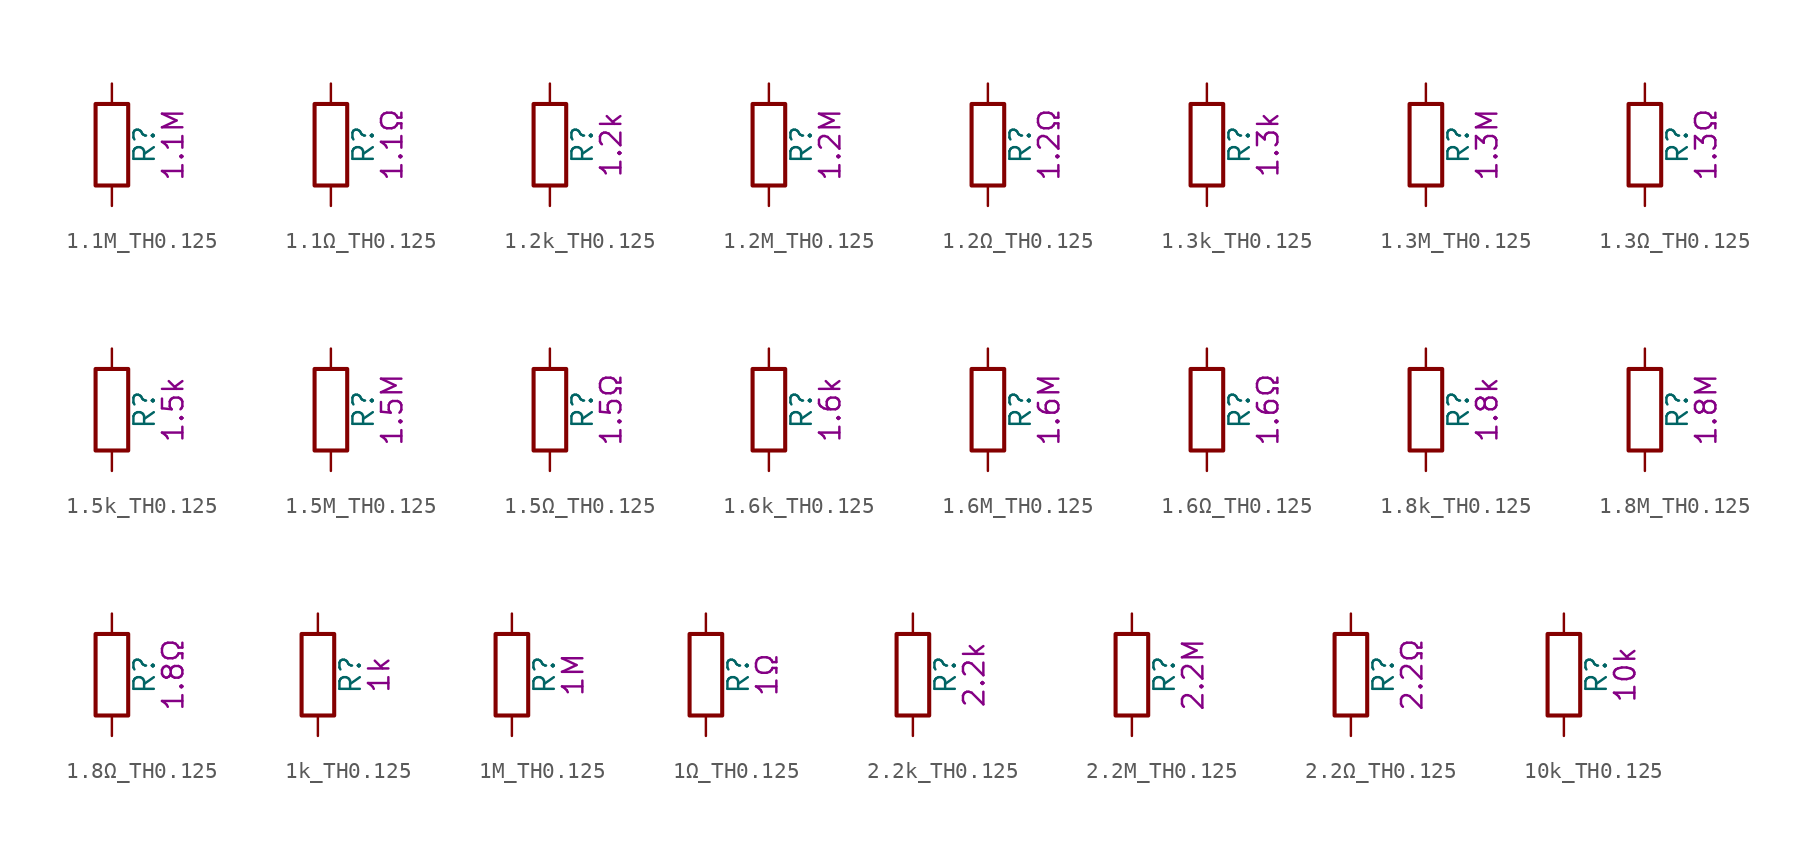
<source format=kicad_sym>
(kicad_symbol_lib
  (version 20211014)
  (generator kicad_symbol_editor)
  (symbol "1.1M_TH0.125"
    (pin_numbers hide)
    (pin_names
      (offset 0))
    (property "Reference" "R"
      (at 2.032 0 90)
      (effects (font (size 1.27 1.27))))
    (property "Display" "1.1M"
      (at 3.81 0 90)
      (effects (font (size 1.27 1.27))))
    (symbol "1.1M_TH0.125_0_1"
      (rectangle (start -1.016 -2.54) (end 1.016 2.54) (stroke (width 0.254) (type default) (color 0 0 0 0)) (fill (type none))))
    (symbol "1.1M_TH0.125_1_1"
      (pin passive line (at 0 3.81 270) (length 1.27) (name "~" (effects (font (size 1.27 1.27)))) (number "1" (effects (font (size 1.27 1.27)))))
      (pin passive line (at 0 -3.81 90) (length 1.27) (name "~" (effects (font (size 1.27 1.27)))) (number "2" (effects (font (size 1.27 1.27)))))))
  (symbol "1.1Ω_TH0.125"
    (pin_numbers hide)
    (pin_names
      (offset 0))
    (property "Reference" "R"
      (at 2.032 0 90)
      (effects (font (size 1.27 1.27))))
    (property "Display" "1.1Ω"
      (at 3.81 0 90)
      (effects (font (size 1.27 1.27))))
    (symbol "1.1Ω_TH0.125_0_1"
      (rectangle (start -1.016 -2.54) (end 1.016 2.54) (stroke (width 0.254) (type default) (color 0 0 0 0)) (fill (type none))))
    (symbol "1.1Ω_TH0.125_1_1"
      (pin passive line (at 0 3.81 270) (length 1.27) (name "~" (effects (font (size 1.27 1.27)))) (number "1" (effects (font (size 1.27 1.27)))))
      (pin passive line (at 0 -3.81 90) (length 1.27) (name "~" (effects (font (size 1.27 1.27)))) (number "2" (effects (font (size 1.27 1.27)))))))
  (symbol "1.2k_TH0.125"
    (pin_numbers hide)
    (pin_names
      (offset 0))
    (property "Reference" "R"
      (at 2.032 0 90)
      (effects (font (size 1.27 1.27))))
    (property "Display" "1.2k"
      (at 3.81 0 90)
      (effects (font (size 1.27 1.27))))
    (symbol "1.2k_TH0.125_0_1"
      (rectangle (start -1.016 -2.54) (end 1.016 2.54) (stroke (width 0.254) (type default) (color 0 0 0 0)) (fill (type none))))
    (symbol "1.2k_TH0.125_1_1"
      (pin passive line (at 0 3.81 270) (length 1.27) (name "~" (effects (font (size 1.27 1.27)))) (number "1" (effects (font (size 1.27 1.27)))))
      (pin passive line (at 0 -3.81 90) (length 1.27) (name "~" (effects (font (size 1.27 1.27)))) (number "2" (effects (font (size 1.27 1.27)))))))
  (symbol "1.2M_TH0.125"
    (pin_numbers hide)
    (pin_names
      (offset 0))
    (property "Reference" "R"
      (at 2.032 0 90)
      (effects (font (size 1.27 1.27))))
    (property "Display" "1.2M"
      (at 3.81 0 90)
      (effects (font (size 1.27 1.27))))
    (symbol "1.2M_TH0.125_0_1"
      (rectangle (start -1.016 -2.54) (end 1.016 2.54) (stroke (width 0.254) (type default) (color 0 0 0 0)) (fill (type none))))
    (symbol "1.2M_TH0.125_1_1"
      (pin passive line (at 0 3.81 270) (length 1.27) (name "~" (effects (font (size 1.27 1.27)))) (number "1" (effects (font (size 1.27 1.27)))))
      (pin passive line (at 0 -3.81 90) (length 1.27) (name "~" (effects (font (size 1.27 1.27)))) (number "2" (effects (font (size 1.27 1.27)))))))
  (symbol "1.2Ω_TH0.125"
    (pin_numbers hide)
    (pin_names
      (offset 0))
    (property "Reference" "R"
      (at 2.032 0 90)
      (effects (font (size 1.27 1.27))))
    (property "Display" "1.2Ω"
      (at 3.81 0 90)
      (effects (font (size 1.27 1.27))))
    (symbol "1.2Ω_TH0.125_0_1"
      (rectangle (start -1.016 -2.54) (end 1.016 2.54) (stroke (width 0.254) (type default) (color 0 0 0 0)) (fill (type none))))
    (symbol "1.2Ω_TH0.125_1_1"
      (pin passive line (at 0 3.81 270) (length 1.27) (name "~" (effects (font (size 1.27 1.27)))) (number "1" (effects (font (size 1.27 1.27)))))
      (pin passive line (at 0 -3.81 90) (length 1.27) (name "~" (effects (font (size 1.27 1.27)))) (number "2" (effects (font (size 1.27 1.27)))))))
  (symbol "1.3k_TH0.125"
    (pin_numbers hide)
    (pin_names
      (offset 0))
    (property "Reference" "R"
      (at 2.032 0 90)
      (effects (font (size 1.27 1.27))))
    (property "Display" "1.3k"
      (at 3.81 0 90)
      (effects (font (size 1.27 1.27))))
    (symbol "1.3k_TH0.125_0_1"
      (rectangle (start -1.016 -2.54) (end 1.016 2.54) (stroke (width 0.254) (type default) (color 0 0 0 0)) (fill (type none))))
    (symbol "1.3k_TH0.125_1_1"
      (pin passive line (at 0 3.81 270) (length 1.27) (name "~" (effects (font (size 1.27 1.27)))) (number "1" (effects (font (size 1.27 1.27)))))
      (pin passive line (at 0 -3.81 90) (length 1.27) (name "~" (effects (font (size 1.27 1.27)))) (number "2" (effects (font (size 1.27 1.27)))))))
  (symbol "1.3M_TH0.125"
    (pin_numbers hide)
    (pin_names
      (offset 0))
    (property "Reference" "R"
      (at 2.032 0 90)
      (effects (font (size 1.27 1.27))))
    (property "Display" "1.3M"
      (at 3.81 0 90)
      (effects (font (size 1.27 1.27))))
    (symbol "1.3M_TH0.125_0_1"
      (rectangle (start -1.016 -2.54) (end 1.016 2.54) (stroke (width 0.254) (type default) (color 0 0 0 0)) (fill (type none))))
    (symbol "1.3M_TH0.125_1_1"
      (pin passive line (at 0 3.81 270) (length 1.27) (name "~" (effects (font (size 1.27 1.27)))) (number "1" (effects (font (size 1.27 1.27)))))
      (pin passive line (at 0 -3.81 90) (length 1.27) (name "~" (effects (font (size 1.27 1.27)))) (number "2" (effects (font (size 1.27 1.27)))))))
  (symbol "1.3Ω_TH0.125"
    (pin_numbers hide)
    (pin_names
      (offset 0))
    (property "Reference" "R"
      (at 2.032 0 90)
      (effects (font (size 1.27 1.27))))
    (property "Display" "1.3Ω"
      (at 3.81 0 90)
      (effects (font (size 1.27 1.27))))
    (symbol "1.3Ω_TH0.125_0_1"
      (rectangle (start -1.016 -2.54) (end 1.016 2.54) (stroke (width 0.254) (type default) (color 0 0 0 0)) (fill (type none))))
    (symbol "1.3Ω_TH0.125_1_1"
      (pin passive line (at 0 3.81 270) (length 1.27) (name "~" (effects (font (size 1.27 1.27)))) (number "1" (effects (font (size 1.27 1.27)))))
      (pin passive line (at 0 -3.81 90) (length 1.27) (name "~" (effects (font (size 1.27 1.27)))) (number "2" (effects (font (size 1.27 1.27)))))))
  (symbol "1.5k_TH0.125"
    (pin_numbers hide)
    (pin_names
      (offset 0))
    (property "Reference" "R"
      (at 2.032 0 90)
      (effects (font (size 1.27 1.27))))
    (property "Display" "1.5k"
      (at 3.81 0 90)
      (effects (font (size 1.27 1.27))))
    (symbol "1.5k_TH0.125_0_1"
      (rectangle (start -1.016 -2.54) (end 1.016 2.54) (stroke (width 0.254) (type default) (color 0 0 0 0)) (fill (type none))))
    (symbol "1.5k_TH0.125_1_1"
      (pin passive line (at 0 3.81 270) (length 1.27) (name "~" (effects (font (size 1.27 1.27)))) (number "1" (effects (font (size 1.27 1.27)))))
      (pin passive line (at 0 -3.81 90) (length 1.27) (name "~" (effects (font (size 1.27 1.27)))) (number "2" (effects (font (size 1.27 1.27)))))))
  (symbol "1.5M_TH0.125"
    (pin_numbers hide)
    (pin_names
      (offset 0))
    (property "Reference" "R"
      (at 2.032 0 90)
      (effects (font (size 1.27 1.27))))
    (property "Display" "1.5M"
      (at 3.81 0 90)
      (effects (font (size 1.27 1.27))))
    (symbol "1.5M_TH0.125_0_1"
      (rectangle (start -1.016 -2.54) (end 1.016 2.54) (stroke (width 0.254) (type default) (color 0 0 0 0)) (fill (type none))))
    (symbol "1.5M_TH0.125_1_1"
      (pin passive line (at 0 3.81 270) (length 1.27) (name "~" (effects (font (size 1.27 1.27)))) (number "1" (effects (font (size 1.27 1.27)))))
      (pin passive line (at 0 -3.81 90) (length 1.27) (name "~" (effects (font (size 1.27 1.27)))) (number "2" (effects (font (size 1.27 1.27)))))))
  (symbol "1.5Ω_TH0.125"
    (pin_numbers hide)
    (pin_names
      (offset 0))
    (property "Reference" "R"
      (at 2.032 0 90)
      (effects (font (size 1.27 1.27))))
    (property "Display" "1.5Ω"
      (at 3.81 0 90)
      (effects (font (size 1.27 1.27))))
    (symbol "1.5Ω_TH0.125_0_1"
      (rectangle (start -1.016 -2.54) (end 1.016 2.54) (stroke (width 0.254) (type default) (color 0 0 0 0)) (fill (type none))))
    (symbol "1.5Ω_TH0.125_1_1"
      (pin passive line (at 0 3.81 270) (length 1.27) (name "~" (effects (font (size 1.27 1.27)))) (number "1" (effects (font (size 1.27 1.27)))))
      (pin passive line (at 0 -3.81 90) (length 1.27) (name "~" (effects (font (size 1.27 1.27)))) (number "2" (effects (font (size 1.27 1.27)))))))
  (symbol "1.6k_TH0.125"
    (pin_numbers hide)
    (pin_names
      (offset 0))
    (property "Reference" "R"
      (at 2.032 0 90)
      (effects (font (size 1.27 1.27))))
    (property "Display" "1.6k"
      (at 3.81 0 90)
      (effects (font (size 1.27 1.27))))
    (symbol "1.6k_TH0.125_0_1"
      (rectangle (start -1.016 -2.54) (end 1.016 2.54) (stroke (width 0.254) (type default) (color 0 0 0 0)) (fill (type none))))
    (symbol "1.6k_TH0.125_1_1"
      (pin passive line (at 0 3.81 270) (length 1.27) (name "~" (effects (font (size 1.27 1.27)))) (number "1" (effects (font (size 1.27 1.27)))))
      (pin passive line (at 0 -3.81 90) (length 1.27) (name "~" (effects (font (size 1.27 1.27)))) (number "2" (effects (font (size 1.27 1.27)))))))
  (symbol "1.6M_TH0.125"
    (pin_numbers hide)
    (pin_names
      (offset 0))
    (property "Reference" "R"
      (at 2.032 0 90)
      (effects (font (size 1.27 1.27))))
    (property "Display" "1.6M"
      (at 3.81 0 90)
      (effects (font (size 1.27 1.27))))
    (symbol "1.6M_TH0.125_0_1"
      (rectangle (start -1.016 -2.54) (end 1.016 2.54) (stroke (width 0.254) (type default) (color 0 0 0 0)) (fill (type none))))
    (symbol "1.6M_TH0.125_1_1"
      (pin passive line (at 0 3.81 270) (length 1.27) (name "~" (effects (font (size 1.27 1.27)))) (number "1" (effects (font (size 1.27 1.27)))))
      (pin passive line (at 0 -3.81 90) (length 1.27) (name "~" (effects (font (size 1.27 1.27)))) (number "2" (effects (font (size 1.27 1.27)))))))
  (symbol "1.6Ω_TH0.125"
    (pin_numbers hide)
    (pin_names
      (offset 0))
    (property "Reference" "R"
      (at 2.032 0 90)
      (effects (font (size 1.27 1.27))))
    (property "Display" "1.6Ω"
      (at 3.81 0 90)
      (effects (font (size 1.27 1.27))))
    (symbol "1.6Ω_TH0.125_0_1"
      (rectangle (start -1.016 -2.54) (end 1.016 2.54) (stroke (width 0.254) (type default) (color 0 0 0 0)) (fill (type none))))
    (symbol "1.6Ω_TH0.125_1_1"
      (pin passive line (at 0 3.81 270) (length 1.27) (name "~" (effects (font (size 1.27 1.27)))) (number "1" (effects (font (size 1.27 1.27)))))
      (pin passive line (at 0 -3.81 90) (length 1.27) (name "~" (effects (font (size 1.27 1.27)))) (number "2" (effects (font (size 1.27 1.27)))))))
  (symbol "1.8k_TH0.125"
    (pin_numbers hide)
    (pin_names
      (offset 0))
    (property "Reference" "R"
      (at 2.032 0 90)
      (effects (font (size 1.27 1.27))))
    (property "Display" "1.8k"
      (at 3.81 0 90)
      (effects (font (size 1.27 1.27))))
    (symbol "1.8k_TH0.125_0_1"
      (rectangle (start -1.016 -2.54) (end 1.016 2.54) (stroke (width 0.254) (type default) (color 0 0 0 0)) (fill (type none))))
    (symbol "1.8k_TH0.125_1_1"
      (pin passive line (at 0 3.81 270) (length 1.27) (name "~" (effects (font (size 1.27 1.27)))) (number "1" (effects (font (size 1.27 1.27)))))
      (pin passive line (at 0 -3.81 90) (length 1.27) (name "~" (effects (font (size 1.27 1.27)))) (number "2" (effects (font (size 1.27 1.27)))))))
  (symbol "1.8M_TH0.125"
    (pin_numbers hide)
    (pin_names
      (offset 0))
    (property "Reference" "R"
      (at 2.032 0 90)
      (effects (font (size 1.27 1.27))))
    (property "Display" "1.8M"
      (at 3.81 0 90)
      (effects (font (size 1.27 1.27))))
    (symbol "1.8M_TH0.125_0_1"
      (rectangle (start -1.016 -2.54) (end 1.016 2.54) (stroke (width 0.254) (type default) (color 0 0 0 0)) (fill (type none))))
    (symbol "1.8M_TH0.125_1_1"
      (pin passive line (at 0 3.81 270) (length 1.27) (name "~" (effects (font (size 1.27 1.27)))) (number "1" (effects (font (size 1.27 1.27)))))
      (pin passive line (at 0 -3.81 90) (length 1.27) (name "~" (effects (font (size 1.27 1.27)))) (number "2" (effects (font (size 1.27 1.27)))))))
  (symbol "1.8Ω_TH0.125"
    (pin_numbers hide)
    (pin_names
      (offset 0))
    (property "Reference" "R"
      (at 2.032 0 90)
      (effects (font (size 1.27 1.27))))
    (property "Display" "1.8Ω"
      (at 3.81 0 90)
      (effects (font (size 1.27 1.27))))
    (symbol "1.8Ω_TH0.125_0_1"
      (rectangle (start -1.016 -2.54) (end 1.016 2.54) (stroke (width 0.254) (type default) (color 0 0 0 0)) (fill (type none))))
    (symbol "1.8Ω_TH0.125_1_1"
      (pin passive line (at 0 3.81 270) (length 1.27) (name "~" (effects (font (size 1.27 1.27)))) (number "1" (effects (font (size 1.27 1.27)))))
      (pin passive line (at 0 -3.81 90) (length 1.27) (name "~" (effects (font (size 1.27 1.27)))) (number "2" (effects (font (size 1.27 1.27)))))))
  (symbol "1k_TH0.125"
    (pin_numbers hide)
    (pin_names
      (offset 0))
    (property "Reference" "R"
      (at 2.032 0 90)
      (effects (font (size 1.27 1.27))))
    (property "Display" "1k"
      (at 3.81 0 90)
      (effects (font (size 1.27 1.27))))
    (symbol "1k_TH0.125_0_1"
      (rectangle (start -1.016 -2.54) (end 1.016 2.54) (stroke (width 0.254) (type default) (color 0 0 0 0)) (fill (type none))))
    (symbol "1k_TH0.125_1_1"
      (pin passive line (at 0 3.81 270) (length 1.27) (name "~" (effects (font (size 1.27 1.27)))) (number "1" (effects (font (size 1.27 1.27)))))
      (pin passive line (at 0 -3.81 90) (length 1.27) (name "~" (effects (font (size 1.27 1.27)))) (number "2" (effects (font (size 1.27 1.27)))))))
  (symbol "1M_TH0.125"
    (pin_numbers hide)
    (pin_names
      (offset 0))
    (property "Reference" "R"
      (at 2.032 0 90)
      (effects (font (size 1.27 1.27))))
    (property "Display" "1M"
      (at 3.81 0 90)
      (effects (font (size 1.27 1.27))))
    (symbol "1M_TH0.125_0_1"
      (rectangle (start -1.016 -2.54) (end 1.016 2.54) (stroke (width 0.254) (type default) (color 0 0 0 0)) (fill (type none))))
    (symbol "1M_TH0.125_1_1"
      (pin passive line (at 0 3.81 270) (length 1.27) (name "~" (effects (font (size 1.27 1.27)))) (number "1" (effects (font (size 1.27 1.27)))))
      (pin passive line (at 0 -3.81 90) (length 1.27) (name "~" (effects (font (size 1.27 1.27)))) (number "2" (effects (font (size 1.27 1.27)))))))
  (symbol "1Ω_TH0.125"
    (pin_numbers hide)
    (pin_names
      (offset 0))
    (property "Reference" "R"
      (at 2.032 0 90)
      (effects (font (size 1.27 1.27))))
    (property "Display" "1Ω"
      (at 3.81 0 90)
      (effects (font (size 1.27 1.27))))
    (symbol "1Ω_TH0.125_0_1"
      (rectangle (start -1.016 -2.54) (end 1.016 2.54) (stroke (width 0.254) (type default) (color 0 0 0 0)) (fill (type none))))
    (symbol "1Ω_TH0.125_1_1"
      (pin passive line (at 0 3.81 270) (length 1.27) (name "~" (effects (font (size 1.27 1.27)))) (number "1" (effects (font (size 1.27 1.27)))))
      (pin passive line (at 0 -3.81 90) (length 1.27) (name "~" (effects (font (size 1.27 1.27)))) (number "2" (effects (font (size 1.27 1.27)))))))
  (symbol "2.2k_TH0.125"
    (pin_numbers hide)
    (pin_names
      (offset 0))
    (property "Reference" "R"
      (at 2.032 0 90)
      (effects (font (size 1.27 1.27))))
    (property "Display" "2.2k"
      (at 3.81 0 90)
      (effects (font (size 1.27 1.27))))
    (symbol "2.2k_TH0.125_0_1"
      (rectangle (start -1.016 -2.54) (end 1.016 2.54) (stroke (width 0.254) (type default) (color 0 0 0 0)) (fill (type none))))
    (symbol "2.2k_TH0.125_1_1"
      (pin passive line (at 0 3.81 270) (length 1.27) (name "~" (effects (font (size 1.27 1.27)))) (number "1" (effects (font (size 1.27 1.27)))))
      (pin passive line (at 0 -3.81 90) (length 1.27) (name "~" (effects (font (size 1.27 1.27)))) (number "2" (effects (font (size 1.27 1.27)))))))
  (symbol "2.2M_TH0.125"
    (pin_numbers hide)
    (pin_names
      (offset 0))
    (property "Reference" "R"
      (at 2.032 0 90)
      (effects (font (size 1.27 1.27))))
    (property "Display" "2.2M"
      (at 3.81 0 90)
      (effects (font (size 1.27 1.27))))
    (symbol "2.2M_TH0.125_0_1"
      (rectangle (start -1.016 -2.54) (end 1.016 2.54) (stroke (width 0.254) (type default) (color 0 0 0 0)) (fill (type none))))
    (symbol "2.2M_TH0.125_1_1"
      (pin passive line (at 0 3.81 270) (length 1.27) (name "~" (effects (font (size 1.27 1.27)))) (number "1" (effects (font (size 1.27 1.27)))))
      (pin passive line (at 0 -3.81 90) (length 1.27) (name "~" (effects (font (size 1.27 1.27)))) (number "2" (effects (font (size 1.27 1.27)))))))
  (symbol "2.2Ω_TH0.125"
    (pin_numbers hide)
    (pin_names
      (offset 0))
    (property "Reference" "R"
      (at 2.032 0 90)
      (effects (font (size 1.27 1.27))))
    (property "Display" "2.2Ω"
      (at 3.81 0 90)
      (effects (font (size 1.27 1.27))))
    (symbol "2.2Ω_TH0.125_0_1"
      (rectangle (start -1.016 -2.54) (end 1.016 2.54) (stroke (width 0.254) (type default) (color 0 0 0 0)) (fill (type none))))
    (symbol "2.2Ω_TH0.125_1_1"
      (pin passive line (at 0 3.81 270) (length 1.27) (name "~" (effects (font (size 1.27 1.27)))) (number "1" (effects (font (size 1.27 1.27)))))
      (pin passive line (at 0 -3.81 90) (length 1.27) (name "~" (effects (font (size 1.27 1.27)))) (number "2" (effects (font (size 1.27 1.27)))))))
  (symbol "10k_TH0.125"
    (pin_numbers hide)
    (pin_names
      (offset 0))
    (property "Reference" "R"
      (at 2.032 0 90)
      (effects (font (size 1.27 1.27))))
    (property "Display" "10k"
      (at 3.81 0 90)
      (effects (font (size 1.27 1.27))))
    (symbol "10k_TH0.125_0_1"
      (rectangle (start -1.016 -2.54) (end 1.016 2.54) (stroke (width 0.254) (type default) (color 0 0 0 0)) (fill (type none))))
    (symbol "10k_TH0.125_1_1"
      (pin passive line (at 0 3.81 270) (length 1.27) (name "~" (effects (font (size 1.27 1.27)))) (number "1" (effects (font (size 1.27 1.27)))))
      (pin passive line (at 0 -3.81 90) (length 1.27) (name "~" (effects (font (size 1.27 1.27)))) (number "2" (effects (font (size 1.27 1.27))))))))
</source>
